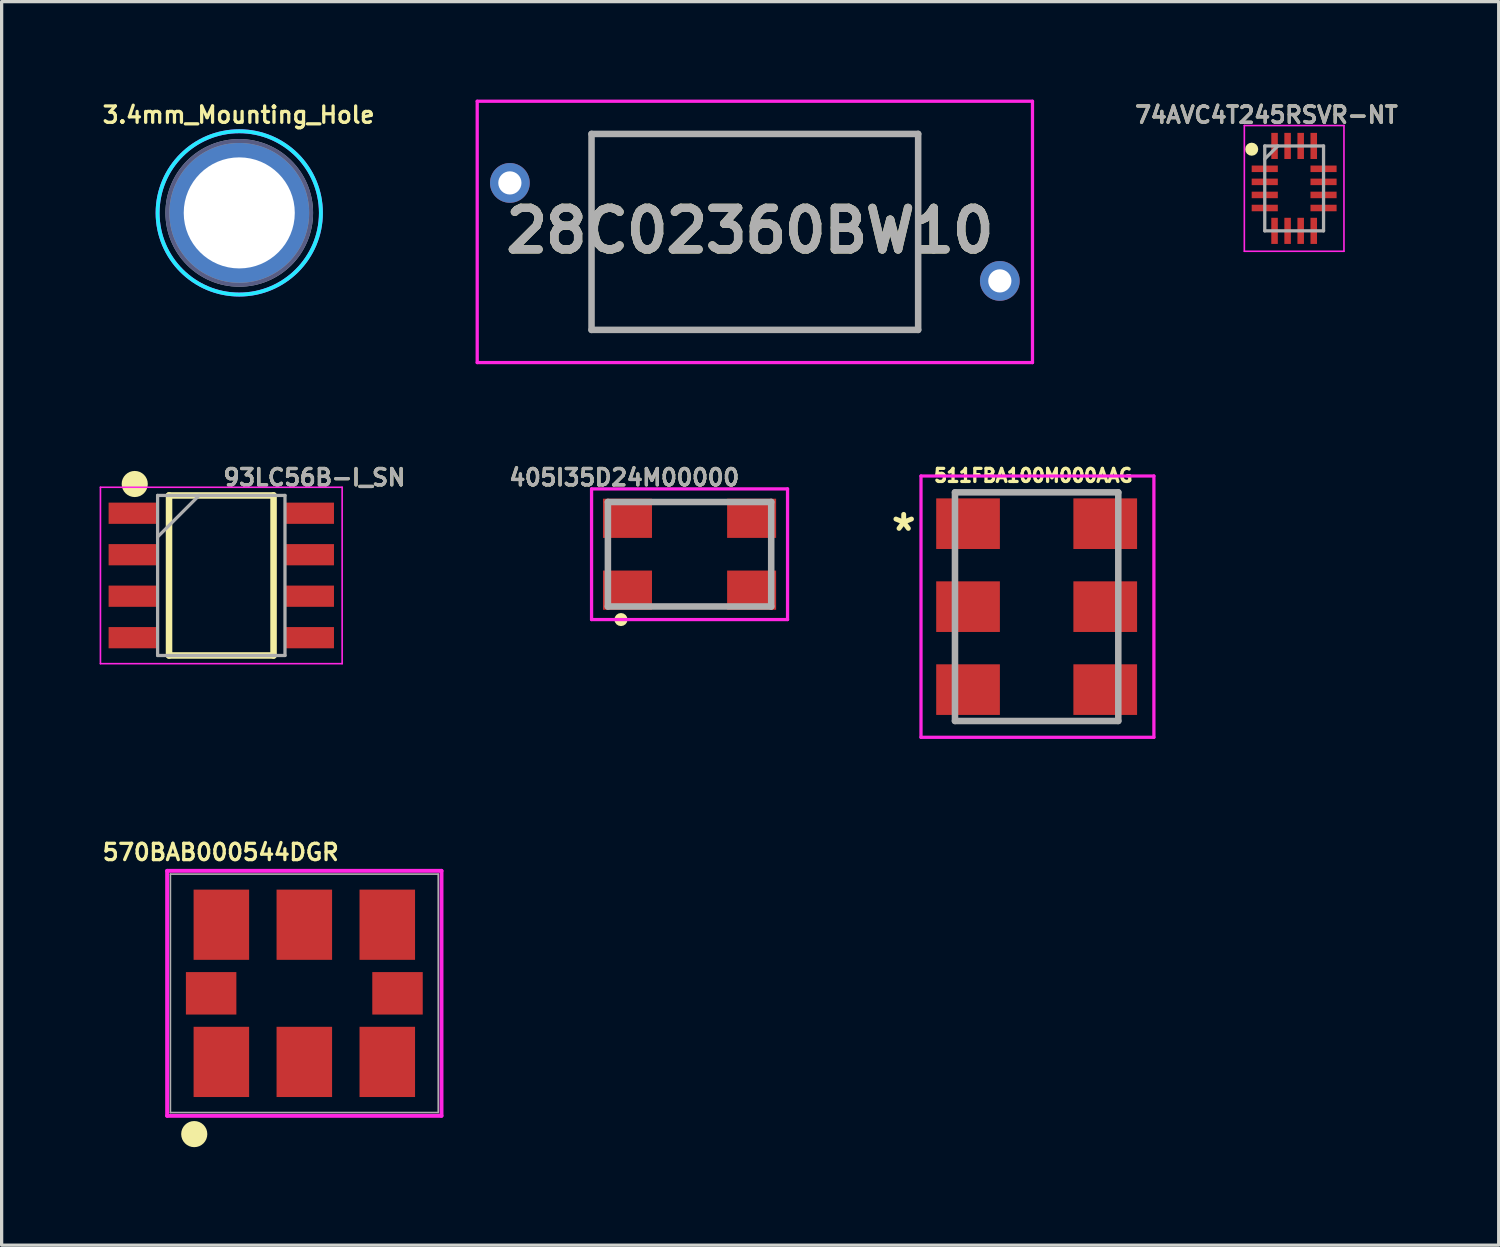
<source format=kicad_pcb>
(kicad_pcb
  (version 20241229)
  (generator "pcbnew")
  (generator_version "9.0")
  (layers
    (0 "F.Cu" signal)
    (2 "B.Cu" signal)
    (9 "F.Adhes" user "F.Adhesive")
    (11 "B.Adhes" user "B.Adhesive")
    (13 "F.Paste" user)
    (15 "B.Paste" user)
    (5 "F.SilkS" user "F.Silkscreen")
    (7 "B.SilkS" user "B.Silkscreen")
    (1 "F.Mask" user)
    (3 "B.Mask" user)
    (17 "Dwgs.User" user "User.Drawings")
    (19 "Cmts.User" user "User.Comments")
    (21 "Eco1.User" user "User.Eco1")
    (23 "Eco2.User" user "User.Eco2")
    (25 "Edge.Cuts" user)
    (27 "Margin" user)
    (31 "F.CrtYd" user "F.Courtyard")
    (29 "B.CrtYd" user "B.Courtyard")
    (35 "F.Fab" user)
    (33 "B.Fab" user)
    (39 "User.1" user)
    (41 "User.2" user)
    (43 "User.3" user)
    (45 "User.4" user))
  (footprint "405I35D24M00000"
    (layer "F.Cu")
    (at 18.061 13.918)
    (property "Reference" "405I35D24M00000" (at -2 -2.35 0) (layer "F.SilkS") (effects (font (size 0.5 0.5) (thickness 0.1))))
    (attr smd)
    (fp_line (start -2.2 2) (end -2.2 2) (stroke (width 0.2) (type solid)) (layer "F.SilkS"))
    (fp_line (start -2 2) (end -2 2) (stroke (width 0.2) (type solid)) (layer "F.SilkS"))
    (fp_arc (start -2.2 2) (mid -2.1 1.9) (end -2 2) (stroke (width 0.2) (type solid)) (layer "F.SilkS"))
    (fp_arc (start -2 2) (mid -2.1 2.1) (end -2.2 2) (stroke (width 0.2) (type solid)) (layer "F.SilkS"))
    (fp_line (start -3 -2) (end 3 -2) (stroke (width 0.1) (type solid)) (layer "F.CrtYd"))
    (fp_line (start -3 2) (end -3 -2) (stroke (width 0.1) (type solid)) (layer "F.CrtYd"))
    (fp_line (start 3 -2) (end 3 2) (stroke (width 0.1) (type solid)) (layer "F.CrtYd"))
    (fp_line (start 3 2) (end -3 2) (stroke (width 0.1) (type solid)) (layer "F.CrtYd"))
    (fp_line (start -2.5 -1.6) (end 2.5 -1.6) (stroke (width 0.2) (type solid)) (layer "F.Fab"))
    (fp_line (start -2.5 1.6) (end -2.5 -1.6) (stroke (width 0.2) (type solid)) (layer "F.Fab"))
    (fp_line (start 2.5 -1.6) (end 2.5 1.6) (stroke (width 0.2) (type solid)) (layer "F.Fab"))
    (fp_line (start 2.5 1.6) (end -2.5 1.6) (stroke (width 0.2) (type solid)) (layer "F.Fab"))
    (fp_text user "${REFERENCE}" (at -2 -2.35 0) (layer "F.Fab") (effects (font (size 0.5 0.5) (thickness 0.1))))
    (pad "1" smd rect (at -1.9 1.1 90) (size 1.2 1.5) (layers "F.Cu" "F.Mask" "F.Paste"))
    (pad "2" smd rect (at 1.9 1.1 90) (size 1.2 1.5) (layers "F.Cu" "F.Mask" "F.Paste"))
    (pad "3" smd rect (at 1.9 -1.1 90) (size 1.2 1.5) (layers "F.Cu" "F.Mask" "F.Paste"))
    (pad "4" smd rect (at -1.9 -1.1 90) (size 1.2 1.5) (layers "F.Cu" "F.Mask" "F.Paste")))
  (footprint "28C02360BW10"
    (layer "F.Cu")
    (at 12.56 4.05)
    (property "Reference" "28C02360BW10" (at 7.35 -0.04 0) (layer "F.SilkS") (effects (font (size 1.27 1.27) (thickness 0.254))))
    (attr through_hole)
    (fp_line (start 2.5 -3) (end 12.5 -3) (stroke (width 0.1) (type solid)) (layer "F.SilkS"))
    (fp_line (start 2.5 3) (end 2.5 -3) (stroke (width 0.1) (type solid)) (layer "F.SilkS"))
    (fp_line (start 2.5 3) (end 12.5 3) (stroke (width 0.1) (type solid)) (layer "F.SilkS"))
    (fp_line (start 12.5 -3) (end 12.5 3) (stroke (width 0.1) (type solid)) (layer "F.SilkS"))
    (fp_line (start -1 -4) (end 16 -4) (stroke (width 0.1) (type solid)) (layer "F.CrtYd"))
    (fp_line (start -1 4) (end -1 -4) (stroke (width 0.1) (type solid)) (layer "F.CrtYd"))
    (fp_line (start 16 -4) (end 16 4) (stroke (width 0.1) (type solid)) (layer "F.CrtYd"))
    (fp_line (start 16 4) (end -1 4) (stroke (width 0.1) (type solid)) (layer "F.CrtYd"))
    (fp_line (start 2.5 -3) (end 12.5 -3) (stroke (width 0.2) (type solid)) (layer "F.Fab"))
    (fp_line (start 2.5 3) (end 2.5 -3) (stroke (width 0.2) (type solid)) (layer "F.Fab"))
    (fp_line (start 2.5 3) (end 12.5 3) (stroke (width 0.2) (type solid)) (layer "F.Fab"))
    (fp_line (start 12.5 -3) (end 12.5 3) (stroke (width 0.2) (type solid)) (layer "F.Fab"))
    (fp_text user "${REFERENCE}" (at 7.35 -0.04 0) (layer "F.Fab") (effects (font (size 1.27 1.27) (thickness 0.254))))
    (pad "1" thru_hole circle (at 0 -1.5) (size 1.217 1.217) (drill 0.71) (layers "*.Cu" "*.Mask"))
    (pad "2" thru_hole circle (at 15 1.5) (size 1.217 1.217) (drill 0.71) (layers "*.Cu" "*.Mask")))
  (footprint "93LC56B-I_SN"
    (layer "F.Cu")
    (at 3.725 14.568)
    (property "Reference" "93LC56B-I_SN" (at 2.85 -3 0) (layer "F.SilkS") (effects (font (size 0.5 0.5) (thickness 0.1))))
    (attr smd)
    (fp_line (start -1.6 -2.45) (end 1.6 -2.45) (stroke (width 0.2) (type solid)) (layer "F.SilkS"))
    (fp_line (start -1.6 2.45) (end -1.6 -2.45) (stroke (width 0.2) (type solid)) (layer "F.SilkS"))
    (fp_line (start 1.6 -2.45) (end 1.6 2.45) (stroke (width 0.2) (type solid)) (layer "F.SilkS"))
    (fp_line (start 1.6 2.45) (end -1.6 2.45) (stroke (width 0.2) (type solid)) (layer "F.SilkS"))
    (fp_circle (center -2.65 -2.8) (end -2.45 -2.8) (stroke (width 0.4) (type solid)) (fill no) (layer "F.SilkS"))
    (fp_line (start -3.7 -2.7) (end 3.7 -2.7) (stroke (width 0.05) (type solid)) (layer "F.CrtYd"))
    (fp_line (start -3.7 2.7) (end -3.7 -2.7) (stroke (width 0.05) (type solid)) (layer "F.CrtYd"))
    (fp_line (start 3.7 -2.7) (end 3.7 2.7) (stroke (width 0.05) (type solid)) (layer "F.CrtYd"))
    (fp_line (start 3.7 2.7) (end -3.7 2.7) (stroke (width 0.05) (type solid)) (layer "F.CrtYd"))
    (fp_line (start -1.95 -2.45) (end 1.95 -2.45) (stroke (width 0.1) (type solid)) (layer "F.Fab"))
    (fp_line (start -1.95 -1.18) (end -0.68 -2.45) (stroke (width 0.1) (type solid)) (layer "F.Fab"))
    (fp_line (start -1.95 2.45) (end -1.95 -2.45) (stroke (width 0.1) (type solid)) (layer "F.Fab"))
    (fp_line (start 1.95 -2.45) (end 1.95 2.45) (stroke (width 0.1) (type solid)) (layer "F.Fab"))
    (fp_line (start 1.95 2.45) (end -1.95 2.45) (stroke (width 0.1) (type solid)) (layer "F.Fab"))
    (fp_text user "${REFERENCE}" (at 2.85 -3 0) (layer "F.Fab") (effects (font (size 0.5 0.5) (thickness 0.1))))
    (pad "1" smd rect (at -2.7 -1.905 90) (size 0.65 1.5) (layers "F.Cu" "F.Mask" "F.Paste"))
    (pad "2" smd rect (at -2.7 -0.635 90) (size 0.65 1.5) (layers "F.Cu" "F.Mask" "F.Paste"))
    (pad "3" smd rect (at -2.7 0.635 90) (size 0.65 1.5) (layers "F.Cu" "F.Mask" "F.Paste"))
    (pad "4" smd rect (at -2.7 1.905 90) (size 0.65 1.5) (layers "F.Cu" "F.Mask" "F.Paste"))
    (pad "5" smd rect (at 2.7 1.905 90) (size 0.65 1.5) (layers "F.Cu" "F.Mask" "F.Paste"))
    (pad "6" smd rect (at 2.7 0.635 90) (size 0.65 1.5) (layers "F.Cu" "F.Mask" "F.Paste"))
    (pad "7" smd rect (at 2.7 -0.635 90) (size 0.65 1.5) (layers "F.Cu" "F.Mask" "F.Paste"))
    (pad "8" smd rect (at 2.7 -1.905 90) (size 0.65 1.5) (layers "F.Cu" "F.Mask" "F.Paste")))
  (footprint "74AVC4T245RSVR-NT"
    (layer "F.Cu")
    (at 36.571 2.718)
    (property "Reference" "74AVC4T245RSVR-NT" (at -0.85 -2.25 0) (layer "F.SilkS") (effects (font (size 0.5 0.5) (thickness 0.1))))
    (attr smd)
    (fp_circle (center -1.3 -1.2) (end -1.3 -1.1) (stroke (width 0.2) (type solid)) (fill no) (layer "F.SilkS"))
    (fp_line (start -1.525 -1.925) (end 1.525 -1.925) (stroke (width 0.05) (type solid)) (layer "F.CrtYd"))
    (fp_line (start -1.525 1.925) (end -1.525 -1.925) (stroke (width 0.05) (type solid)) (layer "F.CrtYd"))
    (fp_line (start 1.525 -1.925) (end 1.525 1.925) (stroke (width 0.05) (type solid)) (layer "F.CrtYd"))
    (fp_line (start 1.525 1.925) (end -1.525 1.925) (stroke (width 0.05) (type solid)) (layer "F.CrtYd"))
    (fp_line (start -0.9 -1.3) (end 0.9 -1.3) (stroke (width 0.1) (type solid)) (layer "F.Fab"))
    (fp_line (start -0.9 -0.9) (end -0.5 -1.3) (stroke (width 0.1) (type solid)) (layer "F.Fab"))
    (fp_line (start -0.9 1.3) (end -0.9 -1.3) (stroke (width 0.1) (type solid)) (layer "F.Fab"))
    (fp_line (start 0.9 -1.3) (end 0.9 1.3) (stroke (width 0.1) (type solid)) (layer "F.Fab"))
    (fp_line (start 0.9 1.3) (end -0.9 1.3) (stroke (width 0.1) (type solid)) (layer "F.Fab"))
    (fp_text user "${REFERENCE}" (at -0.85 -2.25 0) (layer "F.Fab") (effects (font (size 0.5 0.5) (thickness 0.1))))
    (pad "1" smd rect (at -0.9 -0.6 90) (size 0.2 0.8) (layers "F.Cu" "F.Mask" "F.Paste"))
    (pad "2" smd rect (at -0.9 -0.2 90) (size 0.2 0.8) (layers "F.Cu" "F.Mask" "F.Paste"))
    (pad "3" smd rect (at -0.9 0.2 90) (size 0.2 0.8) (layers "F.Cu" "F.Mask" "F.Paste"))
    (pad "4" smd rect (at -0.9 0.6 90) (size 0.2 0.8) (layers "F.Cu" "F.Mask" "F.Paste"))
    (pad "5" smd rect (at -0.6 1.3) (size 0.2 0.8) (layers "F.Cu" "F.Mask" "F.Paste"))
    (pad "6" smd rect (at -0.2 1.3) (size 0.2 0.8) (layers "F.Cu" "F.Mask" "F.Paste"))
    (pad "7" smd rect (at 0.2 1.3) (size 0.2 0.8) (layers "F.Cu" "F.Mask" "F.Paste"))
    (pad "8" smd rect (at 0.6 1.3) (size 0.2 0.8) (layers "F.Cu" "F.Mask" "F.Paste"))
    (pad "9" smd rect (at 0.9 0.6 90) (size 0.2 0.8) (layers "F.Cu" "F.Mask" "F.Paste"))
    (pad "10" smd rect (at 0.9 0.2 90) (size 0.2 0.8) (layers "F.Cu" "F.Mask" "F.Paste"))
    (pad "11" smd rect (at 0.9 -0.2 90) (size 0.2 0.8) (layers "F.Cu" "F.Mask" "F.Paste"))
    (pad "12" smd rect (at 0.9 -0.6 90) (size 0.2 0.8) (layers "F.Cu" "F.Mask" "F.Paste"))
    (pad "13" smd rect (at 0.6 -1.3) (size 0.2 0.8) (layers "F.Cu" "F.Mask" "F.Paste"))
    (pad "14" smd rect (at 0.2 -1.3) (size 0.2 0.8) (layers "F.Cu" "F.Mask" "F.Paste"))
    (pad "15" smd rect (at -0.2 -1.3) (size 0.2 0.8) (layers "F.Cu" "F.Mask" "F.Paste"))
    (pad "16" smd rect (at -0.6 -1.3) (size 0.2 0.8) (layers "F.Cu" "F.Mask" "F.Paste")))
  (footprint "3.4mm_Mounting_Hole"
    (layer "F.Cu")
    (at 4.275 3.468)
    (property "Reference" "3.4mm_Mounting_Hole" (at -0.02 -3 0) (layer "F.SilkS") (effects (font (size 0.5 0.5) (thickness 0.1))))
    (attr through_hole)
    (fp_circle (center 0 0) (end 2.5 0) (stroke (width 0.12) (type solid)) (fill no) (layer "B.CrtYd"))
    (fp_circle (center 0 0) (end 2.5 0) (stroke (width 0.12) (type solid)) (fill no) (layer "F.CrtYd"))
    (fp_circle (center 0 0) (end 2.2 0) (stroke (width 0.12) (type solid)) (fill no) (layer "B.Fab"))
    (fp_circle (center 0 0) (end 2.2 0) (stroke (width 0.12) (type solid)) (fill no) (layer "F.Fab"))
    (pad "1" thru_hole circle (at 0 0) (size 4.4 4.4) (drill 3.4) (layers "*.Cu" "*.Mask")))
  (footprint "570BAB000544DGR"
    (layer "F.Cu")
    (at 6.267 27.361)
    (property "Reference" "570BAB000544DGR" (at -2.56 -4.32 0) (layer "F.SilkS") (effects (font (size 0.5 0.5) (thickness 0.1))))
    (attr through_hole)
    (fp_circle (center -3.37 4.31) (end -3.17 4.31) (stroke (width 0.4) (type solid)) (fill no) (layer "F.SilkS"))
    (fp_line (start -4.2 -3.75) (end -4.2 3.75) (stroke (width 0.12) (type solid)) (layer "F.CrtYd"))
    (fp_line (start -4.2 3.75) (end 4.2 3.75) (stroke (width 0.12) (type solid)) (layer "F.CrtYd"))
    (fp_line (start 4.2 -3.75) (end -4.2 -3.75) (stroke (width 0.12) (type solid)) (layer "F.CrtYd"))
    (fp_line (start 4.2 3.75) (end 4.2 -3.75) (stroke (width 0.12) (type solid)) (layer "F.CrtYd"))
    (fp_line (start -4.1 -3.65) (end 4.1 -3.65) (stroke (width 0.05) (type solid)) (layer "F.Fab"))
    (fp_line (start -4.1 3.65) (end -4.1 -3.65) (stroke (width 0.05) (type solid)) (layer "F.Fab"))
    (fp_line (start 4.1 -3.65) (end 4.1 3.65) (stroke (width 0.05) (type solid)) (layer "F.Fab"))
    (fp_line (start 4.1 3.65) (end -4.1 3.65) (stroke (width 0.05) (type solid)) (layer "F.Fab"))
    (pad "1" smd rect (at -2.54 2.1) (size 1.7 2.15) (layers "F.Cu" "F.Mask" "F.Paste"))
    (pad "2" smd rect (at 0 2.1) (size 1.7 2.15) (layers "F.Cu" "F.Mask" "F.Paste"))
    (pad "3" smd rect (at 2.54 2.1) (size 1.7 2.15) (layers "F.Cu" "F.Mask" "F.Paste"))
    (pad "4" smd rect (at 2.54 -2.1) (size 1.7 2.15) (layers "F.Cu" "F.Mask" "F.Paste"))
    (pad "5" smd rect (at 0 -2.1) (size 1.7 2.15) (layers "F.Cu" "F.Mask" "F.Paste"))
    (pad "6" smd rect (at -2.54 -2.1) (size 1.7 2.15) (layers "F.Cu" "F.Mask" "F.Paste"))
    (pad "7" smd rect (at -2.853 0) (size 1.545 1.3) (layers "F.Cu" "F.Mask" "F.Paste"))
    (pad "8" smd rect (at 2.853 0) (size 1.545 1.3) (layers "F.Cu" "F.Mask" "F.Paste")))
  (footprint "511FBA100M000AAG"
    (layer "F.Cu")
    (at 28.687 15.523)
    (property "Reference" "511FBA100M000AAG" (at -0.102 -4.013 0) (layer "F.SilkS") (effects (font (size 0.4 0.4) (thickness 0.1))))
    (attr smd)
    (fp_line (start -1 -3.5) (end 0.5 -3.5) (stroke (width 0.1) (type solid)) (layer "F.SilkS"))
    (fp_line (start -0.5 3.5) (end 0.5 3.5) (stroke (width 0.1) (type solid)) (layer "F.SilkS"))
    (fp_line (start -3.54 -4) (end 3.59 -4) (stroke (width 0.1) (type solid)) (layer "F.CrtYd"))
    (fp_line (start -3.54 4) (end -3.54 -4) (stroke (width 0.1) (type solid)) (layer "F.CrtYd"))
    (fp_line (start 3.59 -4) (end 3.59 4) (stroke (width 0.1) (type solid)) (layer "F.CrtYd"))
    (fp_line (start 3.59 4) (end -3.54 4) (stroke (width 0.1) (type solid)) (layer "F.CrtYd"))
    (fp_line (start -2.5 -3.5) (end 2.5 -3.5) (stroke (width 0.2) (type solid)) (layer "F.Fab"))
    (fp_line (start -2.5 3.5) (end -2.5 -3.5) (stroke (width 0.2) (type solid)) (layer "F.Fab"))
    (fp_line (start 2.5 -3.5) (end 2.5 3.5) (stroke (width 0.2) (type solid)) (layer "F.Fab"))
    (fp_line (start 2.5 3.5) (end -2.5 3.5) (stroke (width 0.2) (type solid)) (layer "F.Fab"))
    (fp_text user "*" (at -4.07 -2.28 0) (layer "F.SilkS") (effects (font (size 1 1) (thickness 0.15))))
    (pad "1" smd rect (at -2.1 -2.54 90) (size 1.55 1.95) (layers "F.Cu" "F.Mask" "F.Paste"))
    (pad "2" smd rect (at -2.1 0 90) (size 1.55 1.95) (layers "F.Cu" "F.Mask" "F.Paste"))
    (pad "3" smd rect (at -2.1 2.54 90) (size 1.55 1.95) (layers "F.Cu" "F.Mask" "F.Paste"))
    (pad "4" smd rect (at 2.1 2.54 90) (size 1.55 1.95) (layers "F.Cu" "F.Mask" "F.Paste"))
    (pad "5" smd rect (at 2.1 0 90) (size 1.55 1.95) (layers "F.Cu" "F.Mask" "F.Paste"))
    (pad "6" smd rect (at 2.1 -2.54 90) (size 1.55 1.95) (layers "F.Cu" "F.Mask" "F.Paste")))
  (gr_rect
    (start -3 -3)
    (end 42.833 35.071)
    (stroke (width 0.1) (type default))
    (fill no)
    (layer "Edge.Cuts")))
</source>
